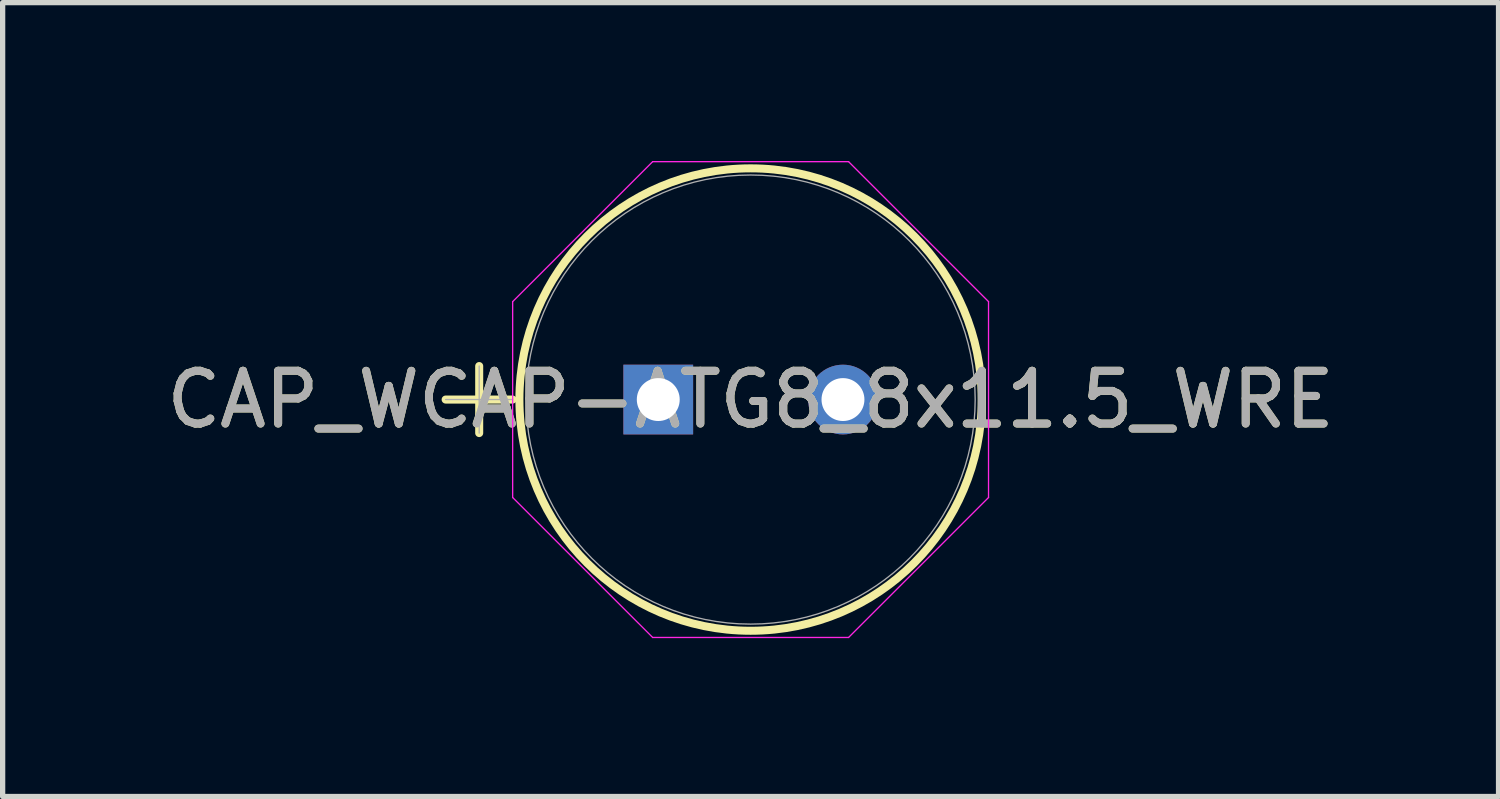
<source format=kicad_pcb>
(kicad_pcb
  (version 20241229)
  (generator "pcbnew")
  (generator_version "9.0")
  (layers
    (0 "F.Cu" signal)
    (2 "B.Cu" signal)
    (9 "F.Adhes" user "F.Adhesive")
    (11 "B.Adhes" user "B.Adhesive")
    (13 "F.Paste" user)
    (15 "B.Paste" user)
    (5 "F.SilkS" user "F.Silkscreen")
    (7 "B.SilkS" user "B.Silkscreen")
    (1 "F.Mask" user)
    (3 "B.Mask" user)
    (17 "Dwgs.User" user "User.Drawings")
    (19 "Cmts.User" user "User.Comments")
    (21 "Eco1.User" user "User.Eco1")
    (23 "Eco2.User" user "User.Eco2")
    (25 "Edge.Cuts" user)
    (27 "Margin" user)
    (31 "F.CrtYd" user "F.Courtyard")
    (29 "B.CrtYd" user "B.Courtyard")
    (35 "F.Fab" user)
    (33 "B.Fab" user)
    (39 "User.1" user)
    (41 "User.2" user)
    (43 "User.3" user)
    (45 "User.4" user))
  (footprint "CAP_WCAP-ATG8_8x11.5_WRE"
    (layer "F.Cu")
    (at 9.423 4.521)
    (property "Reference" "CAP_WCAP-ATG8_8x11.5_WRE" (at 1.75 0 0) (unlocked yes) (layer "F.SilkS") (effects (font (size 1 1) (thickness 0.15))))
    (attr through_hole)
    (fp_line (start -4.029 0) (end -2.759 0) (stroke (width 0.152) (type solid)) (layer "F.SilkS"))
    (fp_line (start -3.393 -0.635) (end -3.393 0.635) (stroke (width 0.152) (type solid)) (layer "F.SilkS"))
    (fp_circle (center 1.75 0) (end 6.131 0) (stroke (width 0.152) (type solid)) (fill no) (layer "F.SilkS"))
    (fp_line (start -2.759 -1.856) (end -0.106 -4.508) (stroke (width 0.025) (type solid)) (layer "F.CrtYd"))
    (fp_line (start -2.759 1.856) (end -2.759 -1.856) (stroke (width 0.025) (type solid)) (layer "F.CrtYd"))
    (fp_line (start -0.106 -4.508) (end 3.606 -4.508) (stroke (width 0.025) (type solid)) (layer "F.CrtYd"))
    (fp_line (start -0.106 4.508) (end -2.759 1.856) (stroke (width 0.025) (type solid)) (layer "F.CrtYd"))
    (fp_line (start 3.606 -4.508) (end 6.258 -1.856) (stroke (width 0.025) (type solid)) (layer "F.CrtYd"))
    (fp_line (start 3.606 4.508) (end -0.106 4.508) (stroke (width 0.025) (type solid)) (layer "F.CrtYd"))
    (fp_line (start 6.258 -1.856) (end 6.258 1.856) (stroke (width 0.025) (type solid)) (layer "F.CrtYd"))
    (fp_line (start 6.258 1.856) (end 3.606 4.508) (stroke (width 0.025) (type solid)) (layer "F.CrtYd"))
    (fp_line (start -4.029 0) (end -2.759 0) (stroke (width 0.025) (type solid)) (layer "F.Fab"))
    (fp_line (start -3.393 -0.635) (end -3.393 0.635) (stroke (width 0.025) (type solid)) (layer "F.Fab"))
    (fp_circle (center 1.75 0) (end 6.005 0) (stroke (width 0.025) (type solid)) (fill no) (layer "F.Fab"))
    (fp_text user "${REFERENCE}" (at 1.75 0 0) (unlocked yes) (layer "F.Fab") (effects (font (size 1 1) (thickness 0.15))))
    (pad "1" thru_hole rect (at 0 0) (size 1.321 1.321) (drill 0.813) (layers "*.Cu" "*.Mask"))
    (pad "2" thru_hole circle (at 3.5 0) (size 1.321 1.321) (drill 0.813) (layers "*.Cu" "*.Mask")))
  (gr_rect
    (start -3 -3)
    (end 25.345 12.042)
    (stroke (width 0.1) (type default))
    (fill no)
    (layer "Edge.Cuts")))
</source>
